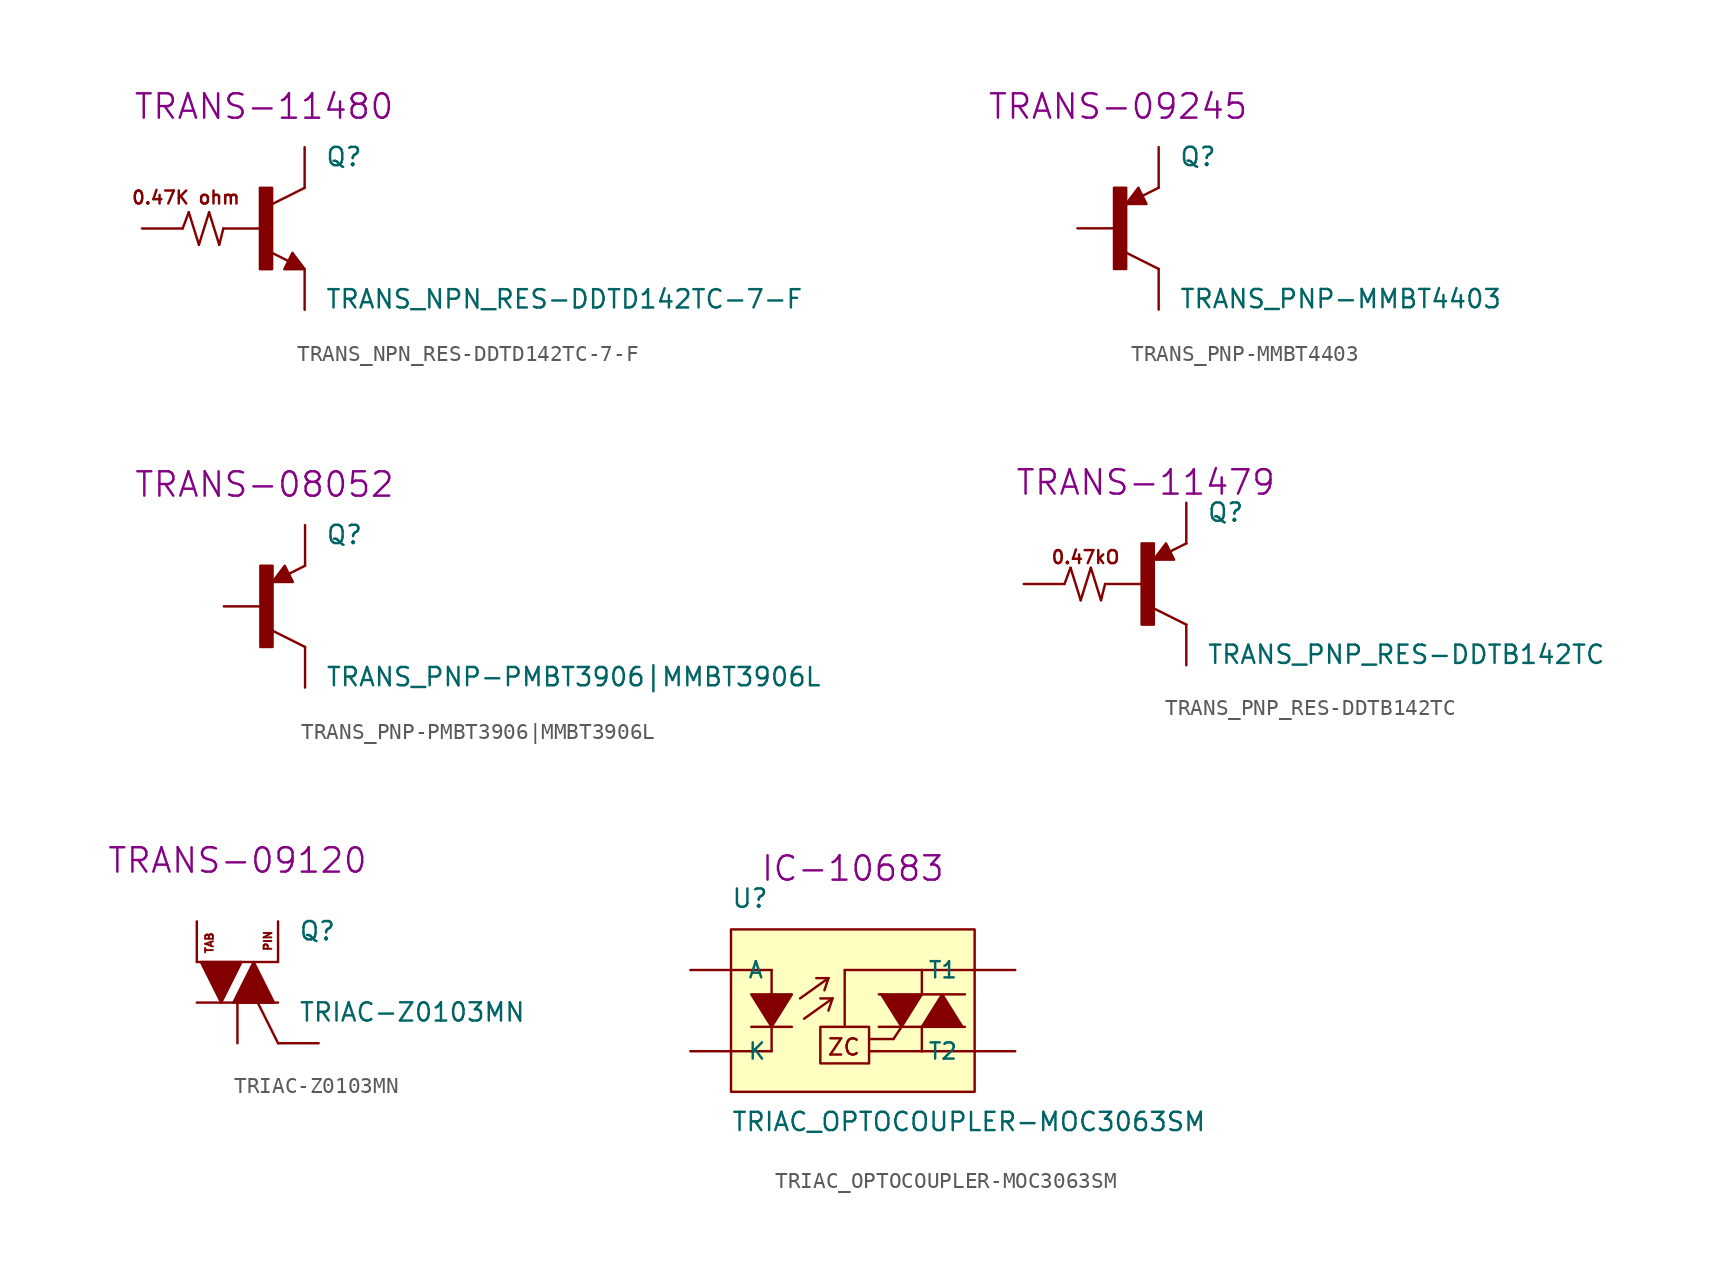
<source format=kicad_sym>
(kicad_symbol_lib
  (version 20201005)
  (generator kicad_symbol_editor)
  (symbol "TRANS_NPN_RES-DDTD142TC-7-F"
    (pin_numbers hide)
    (pin_names
      (offset 1.016) hide)
    (property "Reference" "Q"
      (at 3.81 3.81 0)
      (effects (font (size 1.143 1.143)) (justify left bottom)))
    (property "Value" "TRANS_NPN_RES-DDTD142TC-7-F"
      (at 3.81 -5.08 0)
      (effects (font (size 1.143 1.143)) (justify left bottom)))
    (property "Field4" "TRANS-11480"
      (at 0 7.62 0)
      (effects (font (size 1.524 1.524))))
    (property "ki_locked" ""
      (at 0 0 0)
      (effects (font (size 1.27 1.27))))
    (symbol "TRANS_NPN_RES-DDTD142TC-7-F_1_0"
      (text "0.47K ohm" (at -4.877 1.93 0) (effects (font (size 0.813 0.813))))
      (polyline (pts (xy -4.699 1.016) (xy -5.08 0)) (stroke (width 0)) (fill (type none)))
      (polyline (pts (xy -4.699 1.016) (xy -4.064 -1.016)) (stroke (width 0)) (fill (type none)))
      (polyline (pts (xy -4.064 -1.016) (xy -3.429 1.016)) (stroke (width 0)) (fill (type none)))
      (polyline (pts (xy -3.429 1.016) (xy -2.794 -1.016)) (stroke (width 0)) (fill (type none)))
      (polyline (pts (xy -2.794 -1.016) (xy -2.54 0)) (stroke (width 0)) (fill (type none)))
      (polyline (pts (xy -2.54 0) (xy 0 0)) (stroke (width 0)) (fill (type none)))
      (polyline (pts (xy 1.524 -2.032) (xy 0.305 -1.422)) (stroke (width 0)) (fill (type none)))
      (polyline (pts (xy 2.54 2.54) (xy 0.508 1.524)) (stroke (width 0)) (fill (type none))))
    (symbol "TRANS_NPN_RES-DDTD142TC-7-F_1_1"
      (rectangle (start -0.254 -2.54) (end 0.508 2.54) (stroke (width 0)) (fill (type outline)))
      (polyline (pts (xy 1.778 -1.524) (xy 2.54 -2.54) (xy 1.27 -2.54) (xy 1.778 -1.524)) (stroke (width 0)) (fill (type outline)))
      (pin passive line (at -7.62 0 0) (length 2.54) (name "B" (effects (font (size 1.016 1.016)))) (number "1" (effects (font (size 1.016 1.016)))))
      (pin passive line (at 2.54 -5.08 90) (length 2.54) (name "E" (effects (font (size 1.016 1.016)))) (number "2" (effects (font (size 1.016 1.016)))))
      (pin passive line (at 2.54 5.08 270) (length 2.54) (name "C" (effects (font (size 1.016 1.016)))) (number "3" (effects (font (size 1.016 1.016)))))))
  (symbol "TRANS_PNP-MMBT4403"
    (pin_numbers hide)
    (pin_names
      (offset 1.016) hide)
    (property "Reference" "Q"
      (at 3.81 3.81 0)
      (effects (font (size 1.143 1.143)) (justify left bottom)))
    (property "Value" "TRANS_PNP-MMBT4403"
      (at 3.81 -5.08 0)
      (effects (font (size 1.143 1.143)) (justify left bottom)))
    (property "Field4" "TRANS-09245"
      (at 0 7.62 0)
      (effects (font (size 1.524 1.524))))
    (property "ki_locked" ""
      (at 0 0 0)
      (effects (font (size 1.27 1.27))))
    (symbol "TRANS_PNP-MMBT4403_1_0"
      (polyline (pts (xy 0.508 -1.524) (xy 2.54 -2.54)) (stroke (width 0)) (fill (type none)))
      (polyline (pts (xy 2.54 2.54) (xy 0.508 1.524)) (stroke (width 0)) (fill (type none))))
    (symbol "TRANS_PNP-MMBT4403_1_1"
      (rectangle (start -0.254 -2.54) (end 0.508 2.54) (stroke (width 0)) (fill (type outline)))
      (polyline (pts (xy 1.27 2.54) (xy 1.778 1.524) (xy 0.508 1.524) (xy 1.27 2.54)) (stroke (width 0)) (fill (type outline)))
      (pin passive line (at -2.54 0 0) (length 2.54) (name "B" (effects (font (size 1.016 1.016)))) (number "1" (effects (font (size 1.016 1.016)))))
      (pin passive line (at 2.54 5.08 270) (length 2.54) (name "E" (effects (font (size 1.016 1.016)))) (number "2" (effects (font (size 1.016 1.016)))))
      (pin passive line (at 2.54 -5.08 90) (length 2.54) (name "C" (effects (font (size 1.016 1.016)))) (number "3" (effects (font (size 1.016 1.016)))))))
  (symbol "TRANS_PNP-PMBT3906|MMBT3906L"
    (pin_numbers hide)
    (pin_names
      (offset 1.016) hide)
    (property "Reference" "Q"
      (at 3.81 3.81 0)
      (effects (font (size 1.143 1.143)) (justify left bottom)))
    (property "Value" "TRANS_PNP-PMBT3906|MMBT3906L"
      (at 3.81 -5.08 0)
      (effects (font (size 1.143 1.143)) (justify left bottom)))
    (property "Field4" "TRANS-08052"
      (at 0 7.62 0)
      (effects (font (size 1.524 1.524))))
    (property "ki_locked" ""
      (at 0 0 0)
      (effects (font (size 1.27 1.27))))
    (symbol "TRANS_PNP-PMBT3906|MMBT3906L_1_0"
      (polyline (pts (xy 0.508 -1.524) (xy 2.54 -2.54)) (stroke (width 0)) (fill (type none)))
      (polyline (pts (xy 2.54 2.54) (xy 0.508 1.524)) (stroke (width 0)) (fill (type none))))
    (symbol "TRANS_PNP-PMBT3906|MMBT3906L_1_1"
      (rectangle (start -0.254 -2.54) (end 0.508 2.54) (stroke (width 0)) (fill (type outline)))
      (polyline (pts (xy 1.27 2.54) (xy 1.778 1.524) (xy 0.508 1.524) (xy 1.27 2.54)) (stroke (width 0)) (fill (type outline)))
      (pin passive line (at -2.54 0 0) (length 2.54) (name "B" (effects (font (size 1.016 1.016)))) (number "1" (effects (font (size 1.016 1.016)))))
      (pin passive line (at 2.54 5.08 270) (length 2.54) (name "E" (effects (font (size 1.016 1.016)))) (number "2" (effects (font (size 1.016 1.016)))))
      (pin passive line (at 2.54 -5.08 90) (length 2.54) (name "C" (effects (font (size 1.016 1.016)))) (number "3" (effects (font (size 1.016 1.016)))))))
  (symbol "TRANS_PNP_RES-DDTB142TC"
    (pin_numbers hide)
    (pin_names
      (offset 1.016) hide)
    (property "Reference" "Q"
      (at 3.81 3.81 0)
      (effects (font (size 1.143 1.143)) (justify left bottom)))
    (property "Value" "TRANS_PNP_RES-DDTB142TC"
      (at 3.81 -5.08 0)
      (effects (font (size 1.143 1.143)) (justify left bottom)))
    (property "Field4" "TRANS-11479"
      (at 0 6.35 0)
      (effects (font (size 1.524 1.524))))
    (property "ki_locked" ""
      (at 0 0 0)
      (effects (font (size 1.27 1.27))))
    (symbol "TRANS_PNP_RES-DDTB142TC_1_0"
      (text "0.47kO" (at -3.759 1.676 0) (effects (font (size 0.813 0.813))))
      (polyline (pts (xy -4.699 1.016) (xy -5.08 0)) (stroke (width 0)) (fill (type none)))
      (polyline (pts (xy -4.699 1.016) (xy -4.064 -1.016)) (stroke (width 0)) (fill (type none)))
      (polyline (pts (xy -4.064 -1.016) (xy -3.429 1.016)) (stroke (width 0)) (fill (type none)))
      (polyline (pts (xy -3.429 1.016) (xy -2.794 -1.016)) (stroke (width 0)) (fill (type none)))
      (polyline (pts (xy -2.794 -1.016) (xy -2.54 0)) (stroke (width 0)) (fill (type none)))
      (polyline (pts (xy -2.54 0) (xy 0 0)) (stroke (width 0)) (fill (type none)))
      (polyline (pts (xy 0.508 -1.524) (xy 2.54 -2.54)) (stroke (width 0)) (fill (type none)))
      (polyline (pts (xy 2.54 2.54) (xy 0.508 1.524)) (stroke (width 0)) (fill (type none))))
    (symbol "TRANS_PNP_RES-DDTB142TC_1_1"
      (rectangle (start -0.254 -2.54) (end 0.508 2.54) (stroke (width 0)) (fill (type outline)))
      (polyline (pts (xy 1.27 2.54) (xy 1.778 1.524) (xy 0.508 1.524) (xy 1.27 2.54)) (stroke (width 0)) (fill (type outline)))
      (pin passive line (at -7.62 0 0) (length 2.54) (name "B" (effects (font (size 1.016 1.016)))) (number "1" (effects (font (size 1.016 1.016)))))
      (pin passive line (at 2.54 5.08 270) (length 2.54) (name "E" (effects (font (size 1.016 1.016)))) (number "2" (effects (font (size 1.016 1.016)))))
      (pin passive line (at 2.54 -5.08 90) (length 2.54) (name "C" (effects (font (size 1.016 1.016)))) (number "3" (effects (font (size 1.016 1.016)))))))
  (symbol "TRIAC-Z0103MN"
    (pin_numbers hide)
    (pin_names
      (offset 1.016) hide)
    (property "Reference" "Q"
      (at 3.81 3.81 0)
      (effects (font (size 1.143 1.143)) (justify left bottom)))
    (property "Value" "TRIAC-Z0103MN"
      (at 3.81 -1.27 0)
      (effects (font (size 1.143 1.143)) (justify left bottom)))
    (property "Field4" "TRANS-09120"
      (at 0 8.89 0)
      (effects (font (size 1.524 1.524))))
    (property "ki_locked" ""
      (at 0 0 0)
      (effects (font (size 1.27 1.27))))
    (symbol "TRIAC-Z0103MN_1_0"
      (text "PIN" (at 1.905 3.861 900) (effects (font (size 0.483 0.483))))
      (text "TAB" (at -1.753 3.734 900) (effects (font (size 0.483 0.483))))
      (polyline (pts (xy -2.54 0) (xy 1.27 0)) (stroke (width 0)) (fill (type none)))
      (polyline (pts (xy -2.54 2.54) (xy 2.54 2.54)) (stroke (width 0)) (fill (type none)))
      (polyline (pts (xy 1.27 0) (xy 2.54 0)) (stroke (width 0)) (fill (type none)))
      (polyline (pts (xy 2.54 -2.54) (xy 1.27 0)) (stroke (width 0)) (fill (type none))))
    (symbol "TRIAC-Z0103MN_1_1"
      (polyline (pts (xy -2.286 2.54) (xy 0.254 2.54) (xy 0.254 2.54) (xy -1.016 0) (xy -1.016 0) (xy -2.286 2.54)) (stroke (width 0)) (fill (type outline)))
      (polyline (pts (xy -0.254 0) (xy 2.286 0) (xy 2.286 0) (xy 1.016 2.54) (xy 1.016 2.54) (xy -0.254 0)) (stroke (width 0)) (fill (type outline)))
      (pin bidirectional line (at 0 -2.54 90) (length 2.54) (name "T1" (effects (font (size 1.016 1.016)))) (number "1" (effects (font (size 1.016 1.016)))))
      (pin passive line (at 2.54 5.08 270) (length 2.54) (name "T2" (effects (font (size 1.016 1.016)))) (number "2" (effects (font (size 1.016 1.016)))))
      (pin bidirectional line (at 5.08 -2.54 180) (length 2.54) (name "G" (effects (font (size 1.016 1.016)))) (number "3" (effects (font (size 1.016 1.016)))))
      (pin passive line (at -2.54 5.08 270) (length 2.54) (name "T2" (effects (font (size 1.016 1.016)))) (number "4" (effects (font (size 1.016 1.016)))))))
  (symbol "TRIAC_OPTOCOUPLER-MOC3063SM"
    (pin_numbers hide)
    (pin_names
      (offset 1.016))
    (property "Reference" "U"
      (at -7.62 6.35 0)
      (effects (font (size 1.143 1.143)) (justify left bottom)))
    (property "Value" "TRIAC_OPTOCOUPLER-MOC3063SM"
      (at -7.62 -7.62 0)
      (effects (font (size 1.143 1.143)) (justify left bottom)))
    (property "Field4" "IC-10683"
      (at 0 8.89 0)
      (effects (font (size 1.524 1.524))))
    (property "ki_locked" ""
      (at 0 0 0)
      (effects (font (size 1.27 1.27))))
    (symbol "TRIAC_OPTOCOUPLER-MOC3063SM_1_0"
      (text "ZC" (at -0.559 -2.286 0) (effects (font (size 1.016 1.016))))
      (polyline (pts (xy -7.62 2.54) (xy -5.08 2.54)) (stroke (width 0)) (fill (type none)))
      (polyline (pts (xy -6.35 -1.016) (xy -5.08 -1.016)) (stroke (width 0)) (fill (type none)))
      (polyline (pts (xy -5.08 -2.54) (xy -7.62 -2.54)) (stroke (width 0)) (fill (type none)))
      (polyline (pts (xy -5.08 -2.54) (xy -5.08 -1.016)) (stroke (width 0)) (fill (type none)))
      (polyline (pts (xy -5.08 -1.016) (xy -5.08 2.54)) (stroke (width 0)) (fill (type none)))
      (polyline (pts (xy -5.08 -1.016) (xy -3.81 -1.016)) (stroke (width 0)) (fill (type none)))
      (polyline (pts (xy -3.302 0.762) (xy -1.524 2.032)) (stroke (width 0)) (fill (type none)))
      (polyline (pts (xy -3.048 -0.508) (xy -1.27 0.762)) (stroke (width 0)) (fill (type none)))
      (polyline (pts (xy -1.524 2.032) (xy -2.286 2.032)) (stroke (width 0)) (fill (type none)))
      (polyline (pts (xy -1.524 2.032) (xy -1.778 1.27)) (stroke (width 0)) (fill (type none)))
      (polyline (pts (xy -1.27 0.762) (xy -2.032 0.762)) (stroke (width 0)) (fill (type none)))
      (polyline (pts (xy -1.27 0.762) (xy -1.524 0)) (stroke (width 0)) (fill (type none)))
      (polyline (pts (xy -0.508 2.54) (xy -0.508 -1.016)) (stroke (width 0)) (fill (type none)))
      (polyline (pts (xy 1.727 -1.016) (xy 1.626 -1.016)) (stroke (width 0)) (fill (type none)))
      (polyline (pts (xy 1.778 -1.016) (xy 3.048 -1.016)) (stroke (width 0)) (fill (type none)))
      (polyline (pts (xy 1.829 1.016) (xy 1.626 1.016)) (stroke (width 0)) (fill (type none)))
      (polyline (pts (xy 2.54 -1.778) (xy 1.016 -1.778)) (stroke (width 0)) (fill (type none)))
      (polyline (pts (xy 3.048 -1.016) (xy 2.54 -1.778)) (stroke (width 0)) (fill (type none)))
      (polyline (pts (xy 3.048 -1.016) (xy 4.318 -1.016)) (stroke (width 0)) (fill (type none)))
      (polyline (pts (xy 4.318 -2.54) (xy 1.016 -2.54)) (stroke (width 0)) (fill (type none)))
      (polyline (pts (xy 4.318 -2.54) (xy 4.318 -1.016)) (stroke (width 0)) (fill (type none)))
      (polyline (pts (xy 4.318 1.016) (xy 4.318 2.54)) (stroke (width 0)) (fill (type none)))
      (polyline (pts (xy 4.318 2.54) (xy -0.508 2.54)) (stroke (width 0)) (fill (type none)))
      (polyline (pts (xy 6.807 -1.016) (xy 7.01 -1.016)) (stroke (width 0)) (fill (type none)))
      (polyline (pts (xy 7.01 1.016) (xy 4.318 1.016)) (stroke (width 0)) (fill (type none)))
      (polyline (pts (xy 7.62 -2.54) (xy 4.318 -2.54)) (stroke (width 0)) (fill (type none)))
      (polyline (pts (xy 7.62 2.54) (xy 4.318 2.54)) (stroke (width 0)) (fill (type none))))
    (symbol "TRIAC_OPTOCOUPLER-MOC3063SM_1_1"
      (polyline (pts (xy -6.35 1.016) (xy -5.08 -1.016) (xy -5.08 -1.016) (xy -3.81 1.016) (xy -3.81 1.016) (xy -6.35 1.016)) (stroke (width 0)) (fill (type outline)))
      (polyline (pts (xy 1.778 1.016) (xy 3.048 -1.016) (xy 3.048 -1.016) (xy 4.318 1.016) (xy 4.318 1.016) (xy 1.778 1.016)) (stroke (width 0)) (fill (type outline)))
      (polyline (pts (xy 6.858 -1.016) (xy 5.588 1.016) (xy 5.588 1.016) (xy 4.318 -1.016) (xy 4.318 -1.016) (xy 6.858 -1.016)) (stroke (width 0)) (fill (type outline)))
      (polyline (pts (xy -2.032 -1.016) (xy -2.032 -3.302) (xy 1.016 -3.302) (xy 1.016 -2.54) (xy 1.016 -1.778) (xy 1.016 -1.016) (xy -0.508 -1.016) (xy -2.032 -1.016)) (stroke (width 0)) (fill (type background)))
      (polyline (pts (xy -7.62 5.08) (xy 7.62 5.08) (xy 7.62 2.54) (xy 7.62 -2.54) (xy 7.62 -5.08) (xy -7.62 -5.08) (xy -7.62 -2.54) (xy -7.62 2.54) (xy -7.62 5.08)) (stroke (width 0)) (fill (type background)))
      (pin bidirectional line (at -10.16 2.54 0) (length 2.54) (name "A" (effects (font (size 1.016 1.016)))) (number "1" (effects (font (size 1.016 1.016)))))
      (pin bidirectional line (at -10.16 -2.54 0) (length 2.54) (name "K" (effects (font (size 1.016 1.016)))) (number "2" (effects (font (size 1.016 1.016)))))
      (pin bidirectional line (at 10.16 -2.54 180) (length 2.54) (name "T2" (effects (font (size 1.016 1.016)))) (number "4" (effects (font (size 1.016 1.016)))))
      (pin bidirectional line (at 10.16 2.54 180) (length 2.54) (name "T1" (effects (font (size 1.016 1.016)))) (number "6" (effects (font (size 1.016 1.016))))))))
</source>
